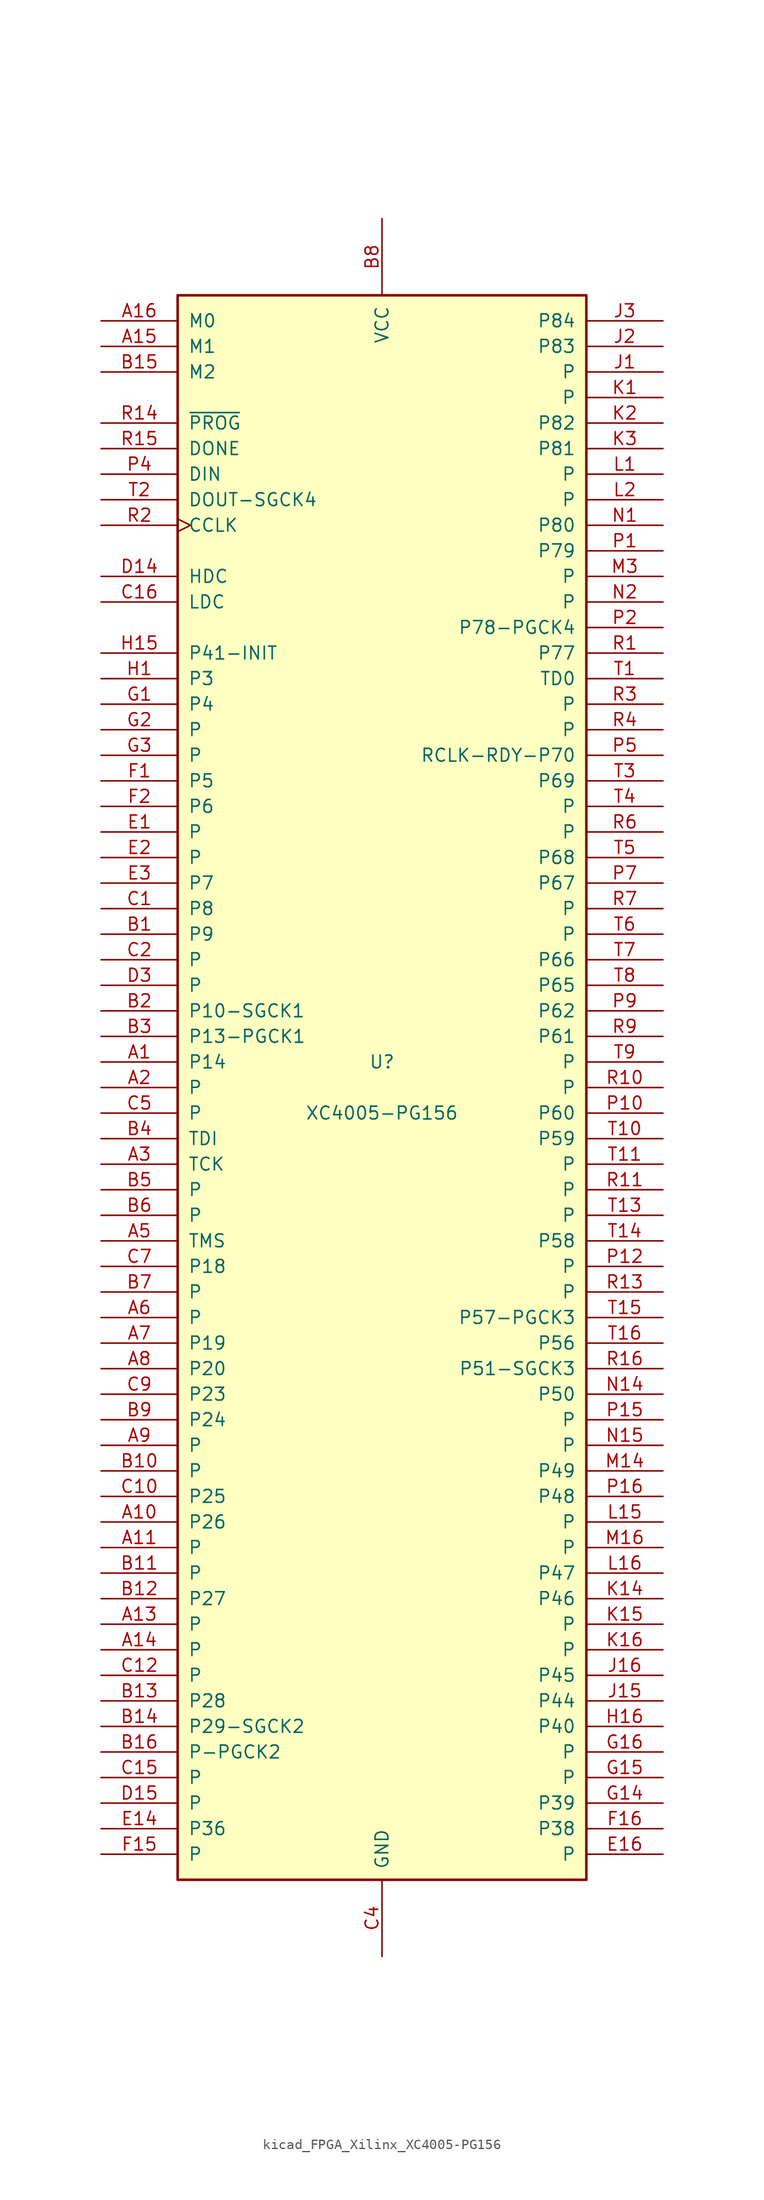
<source format=kicad_sym>
(kicad_symbol_lib
  (version 20220914)
  (generator kicad_symbol_editor)
  (symbol "kicad_FPGA_Xilinx_XC4005-PG156"
    (pin_names
      (offset 1.016))
    (property "Reference" "U"
      (at 0 2.54 0)
      (effects (font (size 1.27 1.27))))
    (property "Value" "XC4005-PG156"
      (at 0 -2.54 0)
      (effects (font (size 1.27 1.27))))
    (symbol "kicad_FPGA_Xilinx_XC4005-PG156_0_1"
      (rectangle (start -20.32 -78.74) (end 20.32 78.74) (stroke (width 0.254) (type default)) (fill (type background))))
    (symbol "kicad_FPGA_Xilinx_XC4005-PG156_1_1"
      (pin passive line (at -27.94 2.54 0) (length 7.62) (name "P14" (effects (font (size 1.27 1.27)))) (number "A1" (effects (font (size 1.27 1.27)))))
      (pin passive line (at -27.94 -43.18 0) (length 7.62) (name "P26" (effects (font (size 1.27 1.27)))) (number "A10" (effects (font (size 1.27 1.27)))))
      (pin passive line (at -27.94 -45.72 0) (length 7.62) (name "P" (effects (font (size 1.27 1.27)))) (number "A11" (effects (font (size 1.27 1.27)))))
      (pin passive line (at -27.94 -53.34 0) (length 7.62) (name "P" (effects (font (size 1.27 1.27)))) (number "A13" (effects (font (size 1.27 1.27)))))
      (pin passive line (at -27.94 -55.88 0) (length 7.62) (name "P" (effects (font (size 1.27 1.27)))) (number "A14" (effects (font (size 1.27 1.27)))))
      (pin input line (at -27.94 73.66 0) (length 7.62) (name "M1" (effects (font (size 1.27 1.27)))) (number "A15" (effects (font (size 1.27 1.27)))))
      (pin input line (at -27.94 76.2 0) (length 7.62) (name "M0" (effects (font (size 1.27 1.27)))) (number "A16" (effects (font (size 1.27 1.27)))))
      (pin passive line (at -27.94 0 0) (length 7.62) (name "P" (effects (font (size 1.27 1.27)))) (number "A2" (effects (font (size 1.27 1.27)))))
      (pin passive line (at -27.94 -7.62 0) (length 7.62) (name "TCK" (effects (font (size 1.27 1.27)))) (number "A3" (effects (font (size 1.27 1.27)))))
      (pin passive line (at -27.94 -15.24 0) (length 7.62) (name "TMS" (effects (font (size 1.27 1.27)))) (number "A5" (effects (font (size 1.27 1.27)))))
      (pin passive line (at -27.94 -22.86 0) (length 7.62) (name "P" (effects (font (size 1.27 1.27)))) (number "A6" (effects (font (size 1.27 1.27)))))
      (pin passive line (at -27.94 -25.4 0) (length 7.62) (name "P19" (effects (font (size 1.27 1.27)))) (number "A7" (effects (font (size 1.27 1.27)))))
      (pin passive line (at -27.94 -27.94 0) (length 7.62) (name "P20" (effects (font (size 1.27 1.27)))) (number "A8" (effects (font (size 1.27 1.27)))))
      (pin passive line (at -27.94 -35.56 0) (length 7.62) (name "P" (effects (font (size 1.27 1.27)))) (number "A9" (effects (font (size 1.27 1.27)))))
      (pin passive line (at -27.94 15.24 0) (length 7.62) (name "P9" (effects (font (size 1.27 1.27)))) (number "B1" (effects (font (size 1.27 1.27)))))
      (pin passive line (at -27.94 -38.1 0) (length 7.62) (name "P" (effects (font (size 1.27 1.27)))) (number "B10" (effects (font (size 1.27 1.27)))))
      (pin passive line (at -27.94 -48.26 0) (length 7.62) (name "P" (effects (font (size 1.27 1.27)))) (number "B11" (effects (font (size 1.27 1.27)))))
      (pin passive line (at -27.94 -50.8 0) (length 7.62) (name "P27" (effects (font (size 1.27 1.27)))) (number "B12" (effects (font (size 1.27 1.27)))))
      (pin passive line (at -27.94 -60.96 0) (length 7.62) (name "P28" (effects (font (size 1.27 1.27)))) (number "B13" (effects (font (size 1.27 1.27)))))
      (pin passive line (at -27.94 -63.5 0) (length 7.62) (name "P29-SGCK2" (effects (font (size 1.27 1.27)))) (number "B14" (effects (font (size 1.27 1.27)))))
      (pin input line (at -27.94 71.12 0) (length 7.62) (name "M2" (effects (font (size 1.27 1.27)))) (number "B15" (effects (font (size 1.27 1.27)))))
      (pin passive line (at -27.94 -66.04 0) (length 7.62) (name "P-PGCK2" (effects (font (size 1.27 1.27)))) (number "B16" (effects (font (size 1.27 1.27)))))
      (pin passive line (at -27.94 7.62 0) (length 7.62) (name "P10-SGCK1" (effects (font (size 1.27 1.27)))) (number "B2" (effects (font (size 1.27 1.27)))))
      (pin passive line (at -27.94 5.08 0) (length 7.62) (name "P13-PGCK1" (effects (font (size 1.27 1.27)))) (number "B3" (effects (font (size 1.27 1.27)))))
      (pin passive line (at -27.94 -5.08 0) (length 7.62) (name "TDI" (effects (font (size 1.27 1.27)))) (number "B4" (effects (font (size 1.27 1.27)))))
      (pin passive line (at -27.94 -10.16 0) (length 7.62) (name "P" (effects (font (size 1.27 1.27)))) (number "B5" (effects (font (size 1.27 1.27)))))
      (pin passive line (at -27.94 -12.7 0) (length 7.62) (name "P" (effects (font (size 1.27 1.27)))) (number "B6" (effects (font (size 1.27 1.27)))))
      (pin passive line (at -27.94 -20.32 0) (length 7.62) (name "P" (effects (font (size 1.27 1.27)))) (number "B7" (effects (font (size 1.27 1.27)))))
      (pin power_in line (at 0 86.36 270) (length 7.62) (name "VCC" (effects (font (size 1.27 1.27)))) (number "B8" (effects (font (size 1.27 1.27)))))
      (pin passive line (at -27.94 -33.02 0) (length 7.62) (name "P24" (effects (font (size 1.27 1.27)))) (number "B9" (effects (font (size 1.27 1.27)))))
      (pin passive line (at -27.94 17.78 0) (length 7.62) (name "P8" (effects (font (size 1.27 1.27)))) (number "C1" (effects (font (size 1.27 1.27)))))
      (pin passive line (at -27.94 -40.64 0) (length 7.62) (name "P25" (effects (font (size 1.27 1.27)))) (number "C10" (effects (font (size 1.27 1.27)))))
      (pin passive line (at 0 -86.36 90) (length 7.62) hide (name "GND" (effects (font (size 1.27 1.27)))) (number "C11" (effects (font (size 1.27 1.27)))))
      (pin passive line (at -27.94 -58.42 0) (length 7.62) (name "P" (effects (font (size 1.27 1.27)))) (number "C12" (effects (font (size 1.27 1.27)))))
      (pin passive line (at 0 -86.36 90) (length 7.62) hide (name "GND" (effects (font (size 1.27 1.27)))) (number "C13" (effects (font (size 1.27 1.27)))))
      (pin passive line (at 0 86.36 270) (length 7.62) hide (name "VCC" (effects (font (size 1.27 1.27)))) (number "C14" (effects (font (size 1.27 1.27)))))
      (pin passive line (at -27.94 -68.58 0) (length 7.62) (name "P" (effects (font (size 1.27 1.27)))) (number "C15" (effects (font (size 1.27 1.27)))))
      (pin passive line (at -27.94 48.26 0) (length 7.62) (name "LDC" (effects (font (size 1.27 1.27)))) (number "C16" (effects (font (size 1.27 1.27)))))
      (pin passive line (at -27.94 12.7 0) (length 7.62) (name "P" (effects (font (size 1.27 1.27)))) (number "C2" (effects (font (size 1.27 1.27)))))
      (pin passive line (at 0 86.36 270) (length 7.62) hide (name "VCC" (effects (font (size 1.27 1.27)))) (number "C3" (effects (font (size 1.27 1.27)))))
      (pin power_in line (at 0 -86.36 90) (length 7.62) (name "GND" (effects (font (size 1.27 1.27)))) (number "C4" (effects (font (size 1.27 1.27)))))
      (pin passive line (at -27.94 -2.54 0) (length 7.62) (name "P" (effects (font (size 1.27 1.27)))) (number "C5" (effects (font (size 1.27 1.27)))))
      (pin passive line (at 0 -86.36 90) (length 7.62) hide (name "GND" (effects (font (size 1.27 1.27)))) (number "C6" (effects (font (size 1.27 1.27)))))
      (pin passive line (at -27.94 -17.78 0) (length 7.62) (name "P18" (effects (font (size 1.27 1.27)))) (number "C7" (effects (font (size 1.27 1.27)))))
      (pin passive line (at 0 -86.36 90) (length 7.62) hide (name "GND" (effects (font (size 1.27 1.27)))) (number "C8" (effects (font (size 1.27 1.27)))))
      (pin passive line (at -27.94 -30.48 0) (length 7.62) (name "P23" (effects (font (size 1.27 1.27)))) (number "C9" (effects (font (size 1.27 1.27)))))
      (pin passive line (at -27.94 50.8 0) (length 7.62) (name "HDC" (effects (font (size 1.27 1.27)))) (number "D14" (effects (font (size 1.27 1.27)))))
      (pin passive line (at -27.94 -71.12 0) (length 7.62) (name "P" (effects (font (size 1.27 1.27)))) (number "D15" (effects (font (size 1.27 1.27)))))
      (pin passive line (at -27.94 10.16 0) (length 7.62) (name "P" (effects (font (size 1.27 1.27)))) (number "D3" (effects (font (size 1.27 1.27)))))
      (pin passive line (at -27.94 25.4 0) (length 7.62) (name "P" (effects (font (size 1.27 1.27)))) (number "E1" (effects (font (size 1.27 1.27)))))
      (pin bidirectional line (at -27.94 -73.66 0) (length 7.62) (name "P36" (effects (font (size 1.27 1.27)))) (number "E14" (effects (font (size 1.27 1.27)))))
      (pin passive line (at 27.94 -76.2 180) (length 7.62) (name "P" (effects (font (size 1.27 1.27)))) (number "E16" (effects (font (size 1.27 1.27)))))
      (pin passive line (at -27.94 22.86 0) (length 7.62) (name "P" (effects (font (size 1.27 1.27)))) (number "E2" (effects (font (size 1.27 1.27)))))
      (pin passive line (at -27.94 20.32 0) (length 7.62) (name "P7" (effects (font (size 1.27 1.27)))) (number "E3" (effects (font (size 1.27 1.27)))))
      (pin passive line (at -27.94 30.48 0) (length 7.62) (name "P5" (effects (font (size 1.27 1.27)))) (number "F1" (effects (font (size 1.27 1.27)))))
      (pin passive line (at 0 -86.36 90) (length 7.62) hide (name "GND" (effects (font (size 1.27 1.27)))) (number "F14" (effects (font (size 1.27 1.27)))))
      (pin passive line (at -27.94 -76.2 0) (length 7.62) (name "P" (effects (font (size 1.27 1.27)))) (number "F15" (effects (font (size 1.27 1.27)))))
      (pin passive line (at 27.94 -73.66 180) (length 7.62) (name "P38" (effects (font (size 1.27 1.27)))) (number "F16" (effects (font (size 1.27 1.27)))))
      (pin passive line (at -27.94 27.94 0) (length 7.62) (name "P6" (effects (font (size 1.27 1.27)))) (number "F2" (effects (font (size 1.27 1.27)))))
      (pin passive line (at 0 -86.36 90) (length 7.62) hide (name "GND" (effects (font (size 1.27 1.27)))) (number "F3" (effects (font (size 1.27 1.27)))))
      (pin passive line (at -27.94 38.1 0) (length 7.62) (name "P4" (effects (font (size 1.27 1.27)))) (number "G1" (effects (font (size 1.27 1.27)))))
      (pin passive line (at 27.94 -71.12 180) (length 7.62) (name "P39" (effects (font (size 1.27 1.27)))) (number "G14" (effects (font (size 1.27 1.27)))))
      (pin passive line (at 27.94 -68.58 180) (length 7.62) (name "P" (effects (font (size 1.27 1.27)))) (number "G15" (effects (font (size 1.27 1.27)))))
      (pin passive line (at 27.94 -66.04 180) (length 7.62) (name "P" (effects (font (size 1.27 1.27)))) (number "G16" (effects (font (size 1.27 1.27)))))
      (pin passive line (at -27.94 35.56 0) (length 7.62) (name "P" (effects (font (size 1.27 1.27)))) (number "G2" (effects (font (size 1.27 1.27)))))
      (pin passive line (at -27.94 33.02 0) (length 7.62) (name "P" (effects (font (size 1.27 1.27)))) (number "G3" (effects (font (size 1.27 1.27)))))
      (pin passive line (at -27.94 40.64 0) (length 7.62) (name "P3" (effects (font (size 1.27 1.27)))) (number "H1" (effects (font (size 1.27 1.27)))))
      (pin passive line (at 0 86.36 270) (length 7.62) hide (name "VCC" (effects (font (size 1.27 1.27)))) (number "H14" (effects (font (size 1.27 1.27)))))
      (pin bidirectional line (at -27.94 43.18 0) (length 7.62) (name "P41-INIT" (effects (font (size 1.27 1.27)))) (number "H15" (effects (font (size 1.27 1.27)))))
      (pin passive line (at 27.94 -63.5 180) (length 7.62) (name "P40" (effects (font (size 1.27 1.27)))) (number "H16" (effects (font (size 1.27 1.27)))))
      (pin passive line (at 0 -86.36 90) (length 7.62) hide (name "GND" (effects (font (size 1.27 1.27)))) (number "H2" (effects (font (size 1.27 1.27)))))
      (pin passive line (at 0 86.36 270) (length 7.62) hide (name "VCC" (effects (font (size 1.27 1.27)))) (number "H3" (effects (font (size 1.27 1.27)))))
      (pin passive line (at 27.94 71.12 180) (length 7.62) (name "P" (effects (font (size 1.27 1.27)))) (number "J1" (effects (font (size 1.27 1.27)))))
      (pin passive line (at 0 -86.36 90) (length 7.62) hide (name "GND" (effects (font (size 1.27 1.27)))) (number "J14" (effects (font (size 1.27 1.27)))))
      (pin passive line (at 27.94 -60.96 180) (length 7.62) (name "P44" (effects (font (size 1.27 1.27)))) (number "J15" (effects (font (size 1.27 1.27)))))
      (pin passive line (at 27.94 -58.42 180) (length 7.62) (name "P45" (effects (font (size 1.27 1.27)))) (number "J16" (effects (font (size 1.27 1.27)))))
      (pin passive line (at 27.94 73.66 180) (length 7.62) (name "P83" (effects (font (size 1.27 1.27)))) (number "J2" (effects (font (size 1.27 1.27)))))
      (pin passive line (at 27.94 76.2 180) (length 7.62) (name "P84" (effects (font (size 1.27 1.27)))) (number "J3" (effects (font (size 1.27 1.27)))))
      (pin passive line (at 27.94 68.58 180) (length 7.62) (name "P" (effects (font (size 1.27 1.27)))) (number "K1" (effects (font (size 1.27 1.27)))))
      (pin passive line (at 27.94 -50.8 180) (length 7.62) (name "P46" (effects (font (size 1.27 1.27)))) (number "K14" (effects (font (size 1.27 1.27)))))
      (pin passive line (at 27.94 -53.34 180) (length 7.62) (name "P" (effects (font (size 1.27 1.27)))) (number "K15" (effects (font (size 1.27 1.27)))))
      (pin passive line (at 27.94 -55.88 180) (length 7.62) (name "P" (effects (font (size 1.27 1.27)))) (number "K16" (effects (font (size 1.27 1.27)))))
      (pin passive line (at 27.94 66.04 180) (length 7.62) (name "P82" (effects (font (size 1.27 1.27)))) (number "K2" (effects (font (size 1.27 1.27)))))
      (pin passive line (at 27.94 63.5 180) (length 7.62) (name "P81" (effects (font (size 1.27 1.27)))) (number "K3" (effects (font (size 1.27 1.27)))))
      (pin passive line (at 27.94 60.96 180) (length 7.62) (name "P" (effects (font (size 1.27 1.27)))) (number "L1" (effects (font (size 1.27 1.27)))))
      (pin passive line (at 0 -86.36 90) (length 7.62) hide (name "GND" (effects (font (size 1.27 1.27)))) (number "L14" (effects (font (size 1.27 1.27)))))
      (pin passive line (at 27.94 -43.18 180) (length 7.62) (name "P" (effects (font (size 1.27 1.27)))) (number "L15" (effects (font (size 1.27 1.27)))))
      (pin passive line (at 27.94 -48.26 180) (length 7.62) (name "P47" (effects (font (size 1.27 1.27)))) (number "L16" (effects (font (size 1.27 1.27)))))
      (pin passive line (at 27.94 58.42 180) (length 7.62) (name "P" (effects (font (size 1.27 1.27)))) (number "L2" (effects (font (size 1.27 1.27)))))
      (pin passive line (at 0 -86.36 90) (length 7.62) hide (name "GND" (effects (font (size 1.27 1.27)))) (number "L3" (effects (font (size 1.27 1.27)))))
      (pin passive line (at 27.94 -38.1 180) (length 7.62) (name "P49" (effects (font (size 1.27 1.27)))) (number "M14" (effects (font (size 1.27 1.27)))))
      (pin passive line (at 27.94 -45.72 180) (length 7.62) (name "P" (effects (font (size 1.27 1.27)))) (number "M16" (effects (font (size 1.27 1.27)))))
      (pin passive line (at 27.94 50.8 180) (length 7.62) (name "P" (effects (font (size 1.27 1.27)))) (number "M3" (effects (font (size 1.27 1.27)))))
      (pin passive line (at 27.94 55.88 180) (length 7.62) (name "P80" (effects (font (size 1.27 1.27)))) (number "N1" (effects (font (size 1.27 1.27)))))
      (pin passive line (at 27.94 -30.48 180) (length 7.62) (name "P50" (effects (font (size 1.27 1.27)))) (number "N14" (effects (font (size 1.27 1.27)))))
      (pin passive line (at 27.94 -35.56 180) (length 7.62) (name "P" (effects (font (size 1.27 1.27)))) (number "N15" (effects (font (size 1.27 1.27)))))
      (pin passive line (at 27.94 48.26 180) (length 7.62) (name "P" (effects (font (size 1.27 1.27)))) (number "N2" (effects (font (size 1.27 1.27)))))
      (pin passive line (at 0 -86.36 90) (length 7.62) hide (name "GND" (effects (font (size 1.27 1.27)))) (number "N3" (effects (font (size 1.27 1.27)))))
      (pin passive line (at 27.94 53.34 180) (length 7.62) (name "P79" (effects (font (size 1.27 1.27)))) (number "P1" (effects (font (size 1.27 1.27)))))
      (pin passive line (at 27.94 -2.54 180) (length 7.62) (name "P60" (effects (font (size 1.27 1.27)))) (number "P10" (effects (font (size 1.27 1.27)))))
      (pin passive line (at 0 -86.36 90) (length 7.62) hide (name "GND" (effects (font (size 1.27 1.27)))) (number "P11" (effects (font (size 1.27 1.27)))))
      (pin passive line (at 27.94 -17.78 180) (length 7.62) (name "P" (effects (font (size 1.27 1.27)))) (number "P12" (effects (font (size 1.27 1.27)))))
      (pin passive line (at 0 86.36 270) (length 7.62) hide (name "VCC" (effects (font (size 1.27 1.27)))) (number "P13" (effects (font (size 1.27 1.27)))))
      (pin passive line (at 0 -86.36 90) (length 7.62) hide (name "GND" (effects (font (size 1.27 1.27)))) (number "P14" (effects (font (size 1.27 1.27)))))
      (pin passive line (at 27.94 -33.02 180) (length 7.62) (name "P" (effects (font (size 1.27 1.27)))) (number "P15" (effects (font (size 1.27 1.27)))))
      (pin passive line (at 27.94 -40.64 180) (length 7.62) (name "P48" (effects (font (size 1.27 1.27)))) (number "P16" (effects (font (size 1.27 1.27)))))
      (pin passive line (at 27.94 45.72 180) (length 7.62) (name "P78-PGCK4" (effects (font (size 1.27 1.27)))) (number "P2" (effects (font (size 1.27 1.27)))))
      (pin passive line (at 0 86.36 270) (length 7.62) hide (name "VCC" (effects (font (size 1.27 1.27)))) (number "P3" (effects (font (size 1.27 1.27)))))
      (pin input line (at -27.94 60.96 0) (length 7.62) (name "DIN" (effects (font (size 1.27 1.27)))) (number "P4" (effects (font (size 1.27 1.27)))))
      (pin passive line (at 27.94 33.02 180) (length 7.62) (name "RCLK-RDY-P70" (effects (font (size 1.27 1.27)))) (number "P5" (effects (font (size 1.27 1.27)))))
      (pin passive line (at 0 -86.36 90) (length 7.62) hide (name "GND" (effects (font (size 1.27 1.27)))) (number "P6" (effects (font (size 1.27 1.27)))))
      (pin passive line (at 27.94 20.32 180) (length 7.62) (name "P67" (effects (font (size 1.27 1.27)))) (number "P7" (effects (font (size 1.27 1.27)))))
      (pin passive line (at 0 -86.36 90) (length 7.62) hide (name "GND" (effects (font (size 1.27 1.27)))) (number "P8" (effects (font (size 1.27 1.27)))))
      (pin passive line (at 27.94 7.62 180) (length 7.62) (name "P62" (effects (font (size 1.27 1.27)))) (number "P9" (effects (font (size 1.27 1.27)))))
      (pin passive line (at 27.94 43.18 180) (length 7.62) (name "P77" (effects (font (size 1.27 1.27)))) (number "R1" (effects (font (size 1.27 1.27)))))
      (pin passive line (at 27.94 0 180) (length 7.62) (name "P" (effects (font (size 1.27 1.27)))) (number "R10" (effects (font (size 1.27 1.27)))))
      (pin passive line (at 27.94 -10.16 180) (length 7.62) (name "P" (effects (font (size 1.27 1.27)))) (number "R11" (effects (font (size 1.27 1.27)))))
      (pin passive line (at 27.94 -20.32 180) (length 7.62) (name "P" (effects (font (size 1.27 1.27)))) (number "R13" (effects (font (size 1.27 1.27)))))
      (pin input line (at -27.94 66.04 0) (length 7.62) (name "~{PROG}" (effects (font (size 1.27 1.27)))) (number "R14" (effects (font (size 1.27 1.27)))))
      (pin bidirectional line (at -27.94 63.5 0) (length 7.62) (name "DONE" (effects (font (size 1.27 1.27)))) (number "R15" (effects (font (size 1.27 1.27)))))
      (pin passive line (at 27.94 -27.94 180) (length 7.62) (name "P51-SGCK3" (effects (font (size 1.27 1.27)))) (number "R16" (effects (font (size 1.27 1.27)))))
      (pin passive clock (at -27.94 55.88 0) (length 7.62) (name "CCLK" (effects (font (size 1.27 1.27)))) (number "R2" (effects (font (size 1.27 1.27)))))
      (pin passive line (at 27.94 38.1 180) (length 7.62) (name "P" (effects (font (size 1.27 1.27)))) (number "R3" (effects (font (size 1.27 1.27)))))
      (pin passive line (at 27.94 35.56 180) (length 7.62) (name "P" (effects (font (size 1.27 1.27)))) (number "R4" (effects (font (size 1.27 1.27)))))
      (pin passive line (at 27.94 25.4 180) (length 7.62) (name "P" (effects (font (size 1.27 1.27)))) (number "R6" (effects (font (size 1.27 1.27)))))
      (pin passive line (at 27.94 17.78 180) (length 7.62) (name "P" (effects (font (size 1.27 1.27)))) (number "R7" (effects (font (size 1.27 1.27)))))
      (pin passive line (at 0 86.36 270) (length 7.62) hide (name "VCC" (effects (font (size 1.27 1.27)))) (number "R8" (effects (font (size 1.27 1.27)))))
      (pin passive line (at 27.94 5.08 180) (length 7.62) (name "P61" (effects (font (size 1.27 1.27)))) (number "R9" (effects (font (size 1.27 1.27)))))
      (pin output line (at 27.94 40.64 180) (length 7.62) (name "TD0" (effects (font (size 1.27 1.27)))) (number "T1" (effects (font (size 1.27 1.27)))))
      (pin passive line (at 27.94 -5.08 180) (length 7.62) (name "P59" (effects (font (size 1.27 1.27)))) (number "T10" (effects (font (size 1.27 1.27)))))
      (pin passive line (at 27.94 -7.62 180) (length 7.62) (name "P" (effects (font (size 1.27 1.27)))) (number "T11" (effects (font (size 1.27 1.27)))))
      (pin passive line (at 27.94 -12.7 180) (length 7.62) (name "P" (effects (font (size 1.27 1.27)))) (number "T13" (effects (font (size 1.27 1.27)))))
      (pin passive line (at 27.94 -15.24 180) (length 7.62) (name "P58" (effects (font (size 1.27 1.27)))) (number "T14" (effects (font (size 1.27 1.27)))))
      (pin passive line (at 27.94 -22.86 180) (length 7.62) (name "P57-PGCK3" (effects (font (size 1.27 1.27)))) (number "T15" (effects (font (size 1.27 1.27)))))
      (pin passive line (at 27.94 -25.4 180) (length 7.62) (name "P56" (effects (font (size 1.27 1.27)))) (number "T16" (effects (font (size 1.27 1.27)))))
      (pin passive line (at -27.94 58.42 0) (length 7.62) (name "DOUT-SGCK4" (effects (font (size 1.27 1.27)))) (number "T2" (effects (font (size 1.27 1.27)))))
      (pin passive line (at 27.94 30.48 180) (length 7.62) (name "P69" (effects (font (size 1.27 1.27)))) (number "T3" (effects (font (size 1.27 1.27)))))
      (pin passive line (at 27.94 27.94 180) (length 7.62) (name "P" (effects (font (size 1.27 1.27)))) (number "T4" (effects (font (size 1.27 1.27)))))
      (pin passive line (at 27.94 22.86 180) (length 7.62) (name "P68" (effects (font (size 1.27 1.27)))) (number "T5" (effects (font (size 1.27 1.27)))))
      (pin passive line (at 27.94 15.24 180) (length 7.62) (name "P" (effects (font (size 1.27 1.27)))) (number "T6" (effects (font (size 1.27 1.27)))))
      (pin passive line (at 27.94 12.7 180) (length 7.62) (name "P66" (effects (font (size 1.27 1.27)))) (number "T7" (effects (font (size 1.27 1.27)))))
      (pin passive line (at 27.94 10.16 180) (length 7.62) (name "P65" (effects (font (size 1.27 1.27)))) (number "T8" (effects (font (size 1.27 1.27)))))
      (pin passive line (at 27.94 2.54 180) (length 7.62) (name "P" (effects (font (size 1.27 1.27)))) (number "T9" (effects (font (size 1.27 1.27))))))))
</source>
